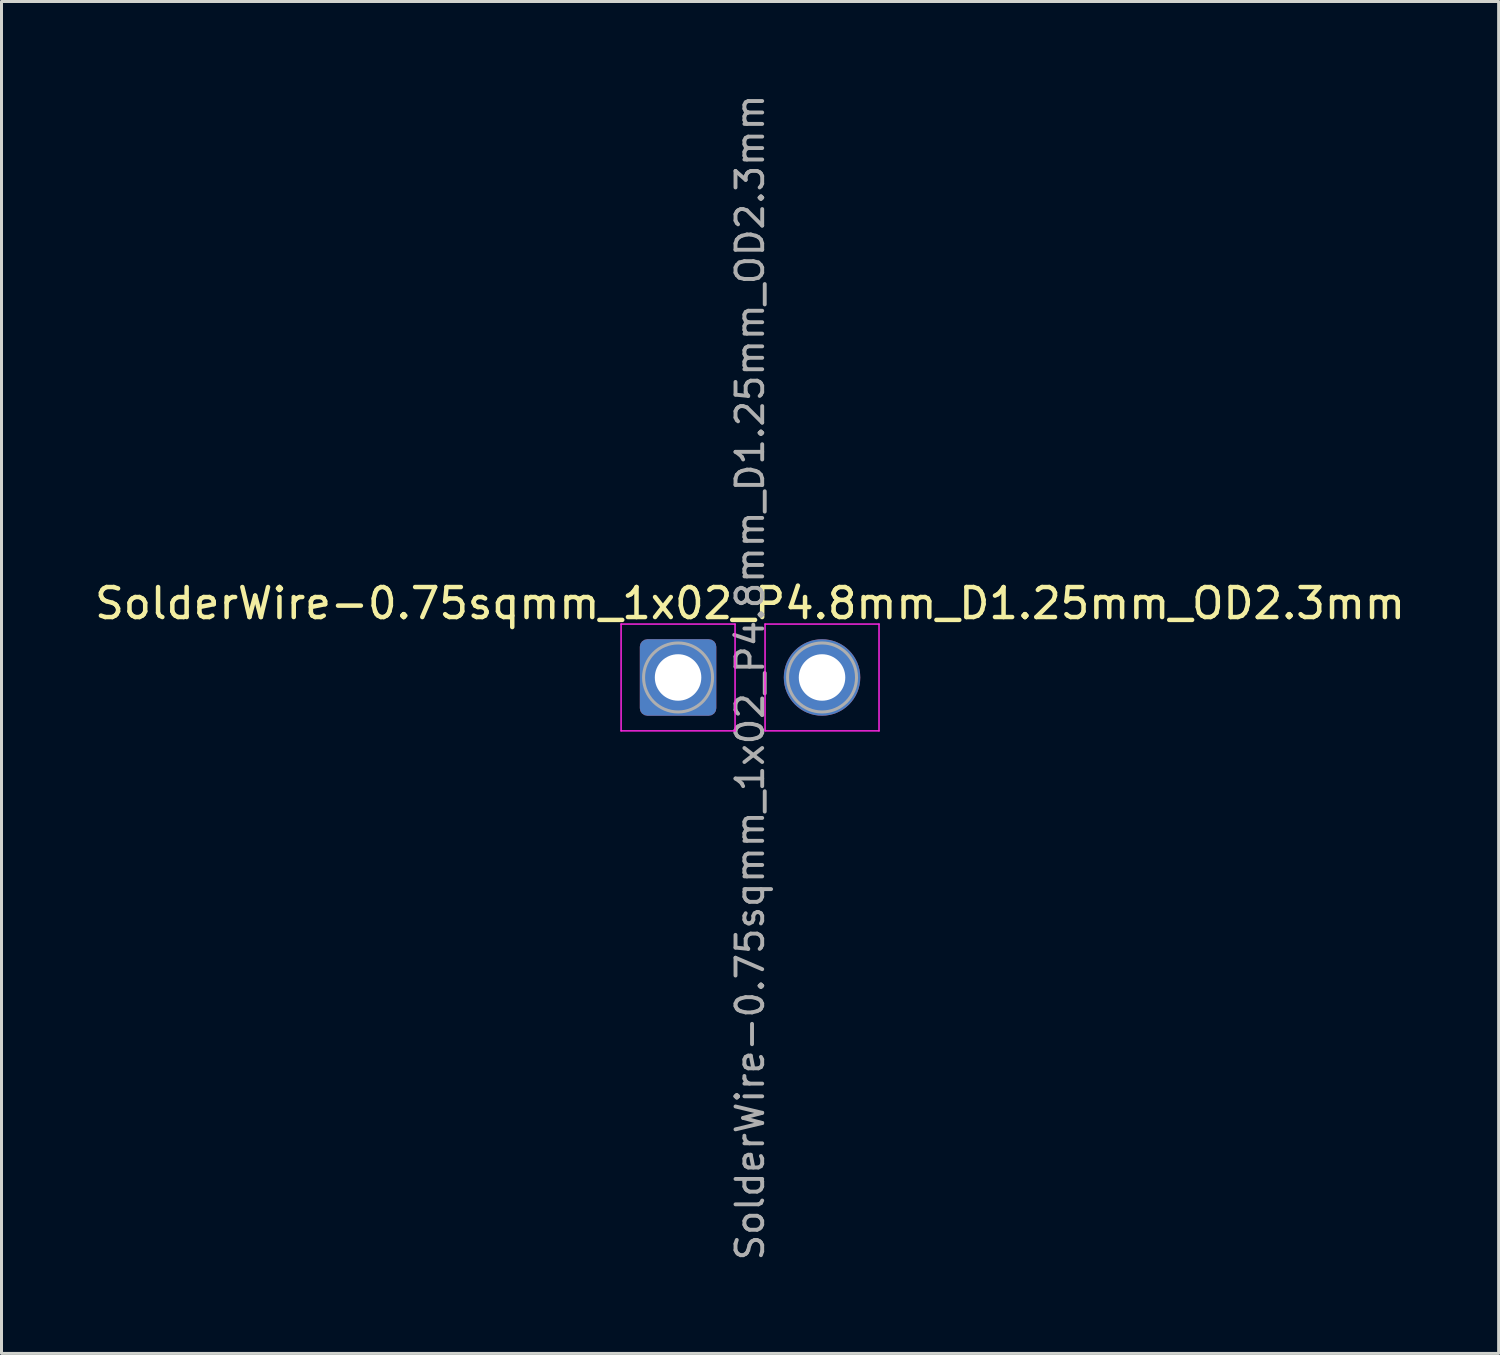
<source format=kicad_pcb>
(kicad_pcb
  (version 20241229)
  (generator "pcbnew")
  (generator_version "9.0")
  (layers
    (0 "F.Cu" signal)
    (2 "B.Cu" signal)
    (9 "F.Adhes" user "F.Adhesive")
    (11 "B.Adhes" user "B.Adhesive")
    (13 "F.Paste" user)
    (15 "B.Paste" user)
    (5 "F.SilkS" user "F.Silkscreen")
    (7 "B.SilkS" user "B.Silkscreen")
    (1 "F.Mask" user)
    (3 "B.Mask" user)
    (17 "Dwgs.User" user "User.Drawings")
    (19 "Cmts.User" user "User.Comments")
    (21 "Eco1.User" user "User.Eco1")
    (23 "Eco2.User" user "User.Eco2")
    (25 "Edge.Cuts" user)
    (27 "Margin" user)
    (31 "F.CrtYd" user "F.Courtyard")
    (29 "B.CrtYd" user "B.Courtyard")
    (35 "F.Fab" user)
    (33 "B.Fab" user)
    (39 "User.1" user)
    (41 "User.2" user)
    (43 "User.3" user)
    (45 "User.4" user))
  (footprint "SolderWire-0.75sqmm_1x02_P4.8mm_D1.25mm_OD2.3mm"
    (layer "F.Cu")
    (at 19.558 19.538)
    (property "Reference" "SolderWire-0.75sqmm_1x02_P4.8mm_D1.25mm_OD2.3mm" (at 2.4 -2.47 0) (layer "F.SilkS") (effects (font (size 1 1) (thickness 0.15))))
    (attr exclude_from_pos_files)
    (fp_line (start -1.9 -1.78) (end -1.9 1.78) (stroke (width 0.05) (type solid)) (layer "F.CrtYd"))
    (fp_line (start -1.9 1.78) (end 1.9 1.78) (stroke (width 0.05) (type solid)) (layer "F.CrtYd"))
    (fp_line (start 1.9 -1.78) (end -1.9 -1.78) (stroke (width 0.05) (type solid)) (layer "F.CrtYd"))
    (fp_line (start 1.9 1.78) (end 1.9 -1.78) (stroke (width 0.05) (type solid)) (layer "F.CrtYd"))
    (fp_line (start 2.9 -1.78) (end 2.9 1.78) (stroke (width 0.05) (type solid)) (layer "F.CrtYd"))
    (fp_line (start 2.9 1.78) (end 6.7 1.78) (stroke (width 0.05) (type solid)) (layer "F.CrtYd"))
    (fp_line (start 6.7 -1.78) (end 2.9 -1.78) (stroke (width 0.05) (type solid)) (layer "F.CrtYd"))
    (fp_line (start 6.7 1.78) (end 6.7 -1.78) (stroke (width 0.05) (type solid)) (layer "F.CrtYd"))
    (fp_circle (center 0 0) (end 1.15 0) (stroke (width 0.1) (type solid)) (fill no) (layer "F.Fab"))
    (fp_circle (center 4.8 0) (end 5.95 0) (stroke (width 0.1) (type solid)) (fill no) (layer "F.Fab"))
    (fp_text user "${REFERENCE}" (at 2.4 0 90) (layer "F.Fab") (effects (font (size 0.89 0.89) (thickness 0.13))))
    (pad "1" thru_hole roundrect (at 0 0) (size 2.55 2.55) (drill 1.55) (layers "*.Cu" "*.Mask") (roundrect_rratio 0.098))
    (pad "2" thru_hole circle (at 4.8 0) (size 2.55 2.55) (drill 1.55) (layers "*.Cu" "*.Mask")))
  (gr_rect
    (start -3 -3)
    (end 46.917 42.075)
    (stroke (width 0.1) (type default))
    (fill no)
    (layer "Edge.Cuts")))
</source>
